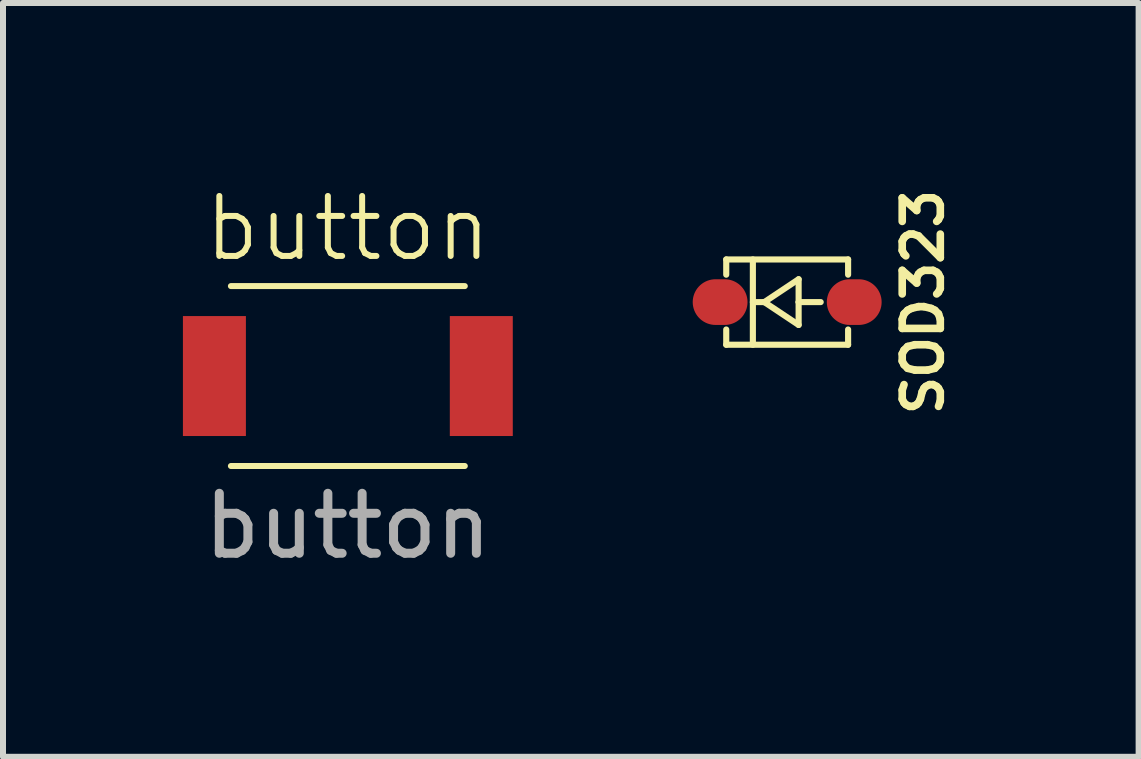
<source format=kicad_pcb>
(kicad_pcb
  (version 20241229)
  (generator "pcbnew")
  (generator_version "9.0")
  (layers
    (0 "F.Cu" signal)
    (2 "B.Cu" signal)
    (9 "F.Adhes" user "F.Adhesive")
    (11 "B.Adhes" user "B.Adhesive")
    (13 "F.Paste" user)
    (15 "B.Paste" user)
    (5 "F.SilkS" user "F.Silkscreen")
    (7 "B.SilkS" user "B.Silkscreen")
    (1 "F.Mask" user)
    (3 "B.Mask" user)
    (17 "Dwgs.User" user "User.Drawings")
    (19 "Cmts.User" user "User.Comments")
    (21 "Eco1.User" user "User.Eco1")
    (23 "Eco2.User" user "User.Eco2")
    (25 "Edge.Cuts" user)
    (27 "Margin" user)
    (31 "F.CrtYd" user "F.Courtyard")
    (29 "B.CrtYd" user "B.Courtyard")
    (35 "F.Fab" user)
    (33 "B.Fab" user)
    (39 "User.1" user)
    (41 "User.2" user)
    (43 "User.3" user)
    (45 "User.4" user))
  (footprint "SOD323"
    (layer "F.Cu")
    (at 10.075 1.987)
    (property "Reference" "SOD323" (at 2.266 0 270) (layer "F.SilkS") (effects (font (size 0.635 0.635) (thickness 0.127))))
    (attr smd)
    (fp_line (start -1.016 -0.711) (end -1.016 -0.457) (stroke (width 0.102) (type solid)) (layer "F.SilkS"))
    (fp_line (start -1.016 -0.711) (end 1.016 -0.711) (stroke (width 0.102) (type solid)) (layer "F.SilkS"))
    (fp_line (start -1.016 0.711) (end -1.016 0.457) (stroke (width 0.102) (type solid)) (layer "F.SilkS"))
    (fp_line (start -0.572 -0.711) (end -0.572 0.711) (stroke (width 0.102) (type solid)) (layer "F.SilkS"))
    (fp_line (start -0.381 0) (end -0.572 0) (stroke (width 0.102) (type solid)) (layer "F.SilkS"))
    (fp_line (start -0.381 0) (end 0.191 0.381) (stroke (width 0.102) (type solid)) (layer "F.SilkS"))
    (fp_line (start 0.191 -0.381) (end -0.381 0) (stroke (width 0.102) (type solid)) (layer "F.SilkS"))
    (fp_line (start 0.191 0) (end 0.191 -0.381) (stroke (width 0.102) (type solid)) (layer "F.SilkS"))
    (fp_line (start 0.191 0) (end 0.191 0.381) (stroke (width 0.102) (type solid)) (layer "F.SilkS"))
    (fp_line (start 0.559 0) (end 0.191 0) (stroke (width 0.102) (type solid)) (layer "F.SilkS"))
    (fp_line (start 1.016 -0.711) (end 1.016 -0.457) (stroke (width 0.102) (type solid)) (layer "F.SilkS"))
    (fp_line (start 1.016 0.457) (end 1.016 0.711) (stroke (width 0.102) (type solid)) (layer "F.SilkS"))
    (fp_line (start 1.016 0.711) (end -1.016 0.711) (stroke (width 0.102) (type solid)) (layer "F.SilkS"))
    (pad "1" smd oval (at 1.118 0) (size 0.914 0.762) (layers "F.Cu" "F.Mask" "F.Paste"))
    (pad "2" smd oval (at -1.118 0) (size 0.914 0.762) (layers "F.Cu" "F.Mask" "F.Paste")))
  (footprint "button"
    (layer "F.Cu")
    (at 2.75 3.22)
    (property "Reference" "button" (at 0 -2.46 0) (unlocked yes) (layer "F.SilkS") (effects (font (size 1 1) (thickness 0.1))))
    (attr smd)
    (fp_line (start -1.95 -1.5) (end 1.95 -1.5) (stroke (width 0.1) (type solid)) (layer "F.SilkS"))
    (fp_line (start -1.95 1.5) (end 1.95 1.5) (stroke (width 0.1) (type solid)) (layer "F.SilkS"))
    (fp_text user "${REFERENCE}" (at 0 2.5 0) (unlocked yes) (layer "F.Fab") (effects (font (size 1 1) (thickness 0.15))))
    (pad "1" smd rect (at 2.225 0) (size 1.05 2) (layers "F.Cu" "F.Mask" "F.Paste"))
    (pad "2" smd rect (at -2.225 0) (size 1.05 2) (layers "F.Cu" "F.Mask" "F.Paste")))
  (gr_rect
    (start -3 -3)
    (end 15.935 9.569)
    (stroke (width 0.1) (type default))
    (fill no)
    (layer "Edge.Cuts")))
</source>
